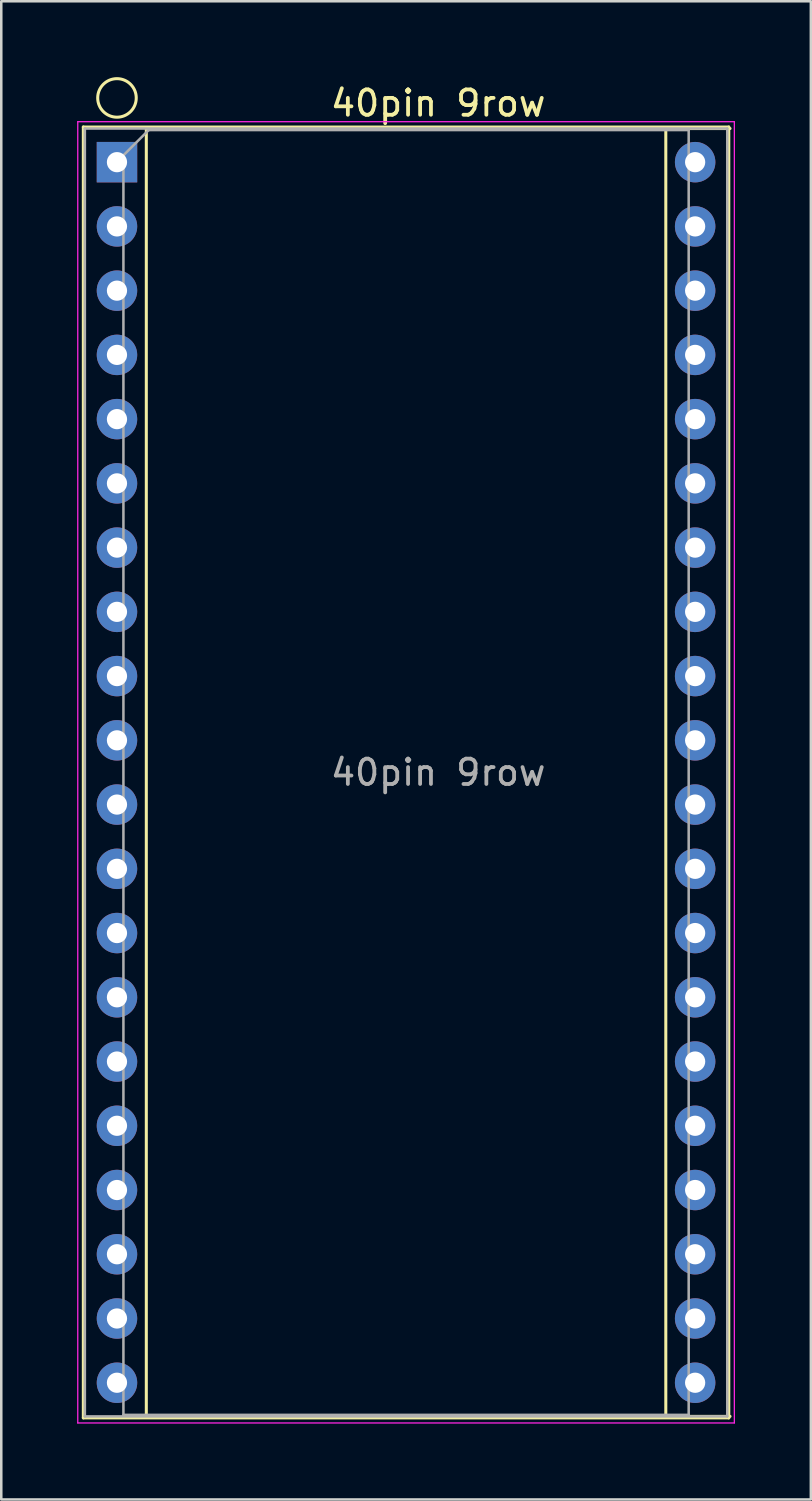
<source format=kicad_pcb>
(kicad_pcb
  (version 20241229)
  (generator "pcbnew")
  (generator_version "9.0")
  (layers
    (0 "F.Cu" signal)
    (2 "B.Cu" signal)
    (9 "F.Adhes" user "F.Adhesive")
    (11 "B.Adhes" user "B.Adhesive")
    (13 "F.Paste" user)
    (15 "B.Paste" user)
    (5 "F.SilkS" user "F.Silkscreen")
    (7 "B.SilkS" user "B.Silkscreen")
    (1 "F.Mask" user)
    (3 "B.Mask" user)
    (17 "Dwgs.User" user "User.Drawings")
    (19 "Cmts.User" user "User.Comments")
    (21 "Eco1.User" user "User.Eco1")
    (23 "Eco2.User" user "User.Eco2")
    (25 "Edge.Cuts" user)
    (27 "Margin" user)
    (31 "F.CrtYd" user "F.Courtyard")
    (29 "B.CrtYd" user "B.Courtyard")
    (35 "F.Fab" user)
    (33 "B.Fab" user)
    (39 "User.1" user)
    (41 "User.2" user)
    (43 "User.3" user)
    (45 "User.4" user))
  (footprint "40pin 9row"
    (layer "F.Cu")
    (at 1.575 3.362)
    (property "Reference" "40pin 9row" (at 12.7 -2.33 0) (layer "F.SilkS") (effects (font (size 1 1) (thickness 0.15))))
    (attr through_hole)
    (fp_line (start -1.33 -1.39) (end -1.33 49.65) (stroke (width 0.12) (type solid)) (layer "F.SilkS"))
    (fp_line (start -1.33 49.65) (end 24.19 49.65) (stroke (width 0.12) (type solid)) (layer "F.SilkS"))
    (fp_line (start 1.16 -1.33) (end 1.16 49.59) (stroke (width 0.12) (type solid)) (layer "F.SilkS"))
    (fp_line (start 1.16 49.59) (end 24.24 49.59) (stroke (width 0.12) (type solid)) (layer "F.SilkS"))
    (fp_line (start 11.7 -1.33) (end 1.16 -1.33) (stroke (width 0.12) (type solid)) (layer "F.SilkS"))
    (fp_line (start 21.7 49.59) (end 21.7 -1.33) (stroke (width 0.12) (type solid)) (layer "F.SilkS"))
    (fp_line (start 24.19 -1.39) (end -1.33 -1.39) (stroke (width 0.12) (type solid)) (layer "F.SilkS"))
    (fp_line (start 24.19 49.65) (end 24.19 -1.39) (stroke (width 0.12) (type solid)) (layer "F.SilkS"))
    (fp_line (start 24.24 -1.33) (end 13.7 -1.33) (stroke (width 0.12) (type solid)) (layer "F.SilkS"))
    (fp_circle (center 0 -2.54) (end 0.762 -2.54) (stroke (width 0.12) (type solid)) (fill no) (layer "F.SilkS"))
    (fp_line (start -1.55 -1.6) (end -1.55 49.85) (stroke (width 0.05) (type solid)) (layer "F.CrtYd"))
    (fp_line (start -1.55 49.85) (end 24.41 49.85) (stroke (width 0.05) (type solid)) (layer "F.CrtYd"))
    (fp_line (start 24.41 -1.6) (end -1.55 -1.6) (stroke (width 0.05) (type solid)) (layer "F.CrtYd"))
    (fp_line (start 24.41 49.85) (end 24.41 -1.6) (stroke (width 0.05) (type solid)) (layer "F.CrtYd"))
    (fp_line (start -1.27 -1.33) (end -1.27 49.59) (stroke (width 0.1) (type solid)) (layer "F.Fab"))
    (fp_line (start -1.27 49.59) (end 24.13 49.59) (stroke (width 0.1) (type solid)) (layer "F.Fab"))
    (fp_line (start 0.255 -0.27) (end 1.255 -1.27) (stroke (width 0.1) (type solid)) (layer "F.Fab"))
    (fp_line (start 0.255 49.53) (end 0.255 -0.27) (stroke (width 0.1) (type solid)) (layer "F.Fab"))
    (fp_line (start 1.255 -1.27) (end 22.605 -1.27) (stroke (width 0.1) (type solid)) (layer "F.Fab"))
    (fp_line (start 22.605 -1.27) (end 22.605 49.53) (stroke (width 0.1) (type solid)) (layer "F.Fab"))
    (fp_line (start 22.605 49.53) (end 0.255 49.53) (stroke (width 0.1) (type solid)) (layer "F.Fab"))
    (fp_line (start 24.13 -1.33) (end -1.27 -1.33) (stroke (width 0.1) (type solid)) (layer "F.Fab"))
    (fp_line (start 24.13 49.59) (end 24.13 -1.33) (stroke (width 0.1) (type solid)) (layer "F.Fab"))
    (fp_text user "${REFERENCE}" (at 12.7 24.13 0) (layer "F.Fab") (effects (font (size 1 1) (thickness 0.15))))
    (pad "1" thru_hole rect (at 0 0) (size 1.6 1.6) (drill 0.8) (layers "*.Cu" "*.Mask"))
    (pad "2" thru_hole oval (at 0 2.54) (size 1.6 1.6) (drill 0.8) (layers "*.Cu" "*.Mask"))
    (pad "3" thru_hole oval (at 0 5.08) (size 1.6 1.6) (drill 0.8) (layers "*.Cu" "*.Mask"))
    (pad "4" thru_hole oval (at 0 7.62) (size 1.6 1.6) (drill 0.8) (layers "*.Cu" "*.Mask"))
    (pad "5" thru_hole oval (at 0 10.16) (size 1.6 1.6) (drill 0.8) (layers "*.Cu" "*.Mask"))
    (pad "6" thru_hole oval (at 0 12.7) (size 1.6 1.6) (drill 0.8) (layers "*.Cu" "*.Mask"))
    (pad "7" thru_hole oval (at 0 15.24) (size 1.6 1.6) (drill 0.8) (layers "*.Cu" "*.Mask"))
    (pad "8" thru_hole oval (at 0 17.78) (size 1.6 1.6) (drill 0.8) (layers "*.Cu" "*.Mask"))
    (pad "9" thru_hole oval (at 0 20.32) (size 1.6 1.6) (drill 0.8) (layers "*.Cu" "*.Mask"))
    (pad "10" thru_hole oval (at 0 22.86) (size 1.6 1.6) (drill 0.8) (layers "*.Cu" "*.Mask"))
    (pad "11" thru_hole oval (at 0 25.4) (size 1.6 1.6) (drill 0.8) (layers "*.Cu" "*.Mask"))
    (pad "12" thru_hole oval (at 0 27.94) (size 1.6 1.6) (drill 0.8) (layers "*.Cu" "*.Mask"))
    (pad "13" thru_hole oval (at 0 30.48) (size 1.6 1.6) (drill 0.8) (layers "*.Cu" "*.Mask"))
    (pad "14" thru_hole oval (at 0 33.02) (size 1.6 1.6) (drill 0.8) (layers "*.Cu" "*.Mask"))
    (pad "15" thru_hole oval (at 0 35.56) (size 1.6 1.6) (drill 0.8) (layers "*.Cu" "*.Mask"))
    (pad "16" thru_hole oval (at 0 38.1) (size 1.6 1.6) (drill 0.8) (layers "*.Cu" "*.Mask"))
    (pad "17" thru_hole oval (at 0 40.64) (size 1.6 1.6) (drill 0.8) (layers "*.Cu" "*.Mask"))
    (pad "18" thru_hole oval (at 0 43.18) (size 1.6 1.6) (drill 0.8) (layers "*.Cu" "*.Mask"))
    (pad "19" thru_hole oval (at 0 45.72) (size 1.6 1.6) (drill 0.8) (layers "*.Cu" "*.Mask"))
    (pad "20" thru_hole oval (at 0 48.26) (size 1.6 1.6) (drill 0.8) (layers "*.Cu" "*.Mask"))
    (pad "21" thru_hole oval (at 22.86 48.26) (size 1.6 1.6) (drill 0.8) (layers "*.Cu" "*.Mask"))
    (pad "22" thru_hole oval (at 22.86 45.72) (size 1.6 1.6) (drill 0.8) (layers "*.Cu" "*.Mask"))
    (pad "23" thru_hole oval (at 22.86 43.18) (size 1.6 1.6) (drill 0.8) (layers "*.Cu" "*.Mask"))
    (pad "24" thru_hole oval (at 22.86 40.64) (size 1.6 1.6) (drill 0.8) (layers "*.Cu" "*.Mask"))
    (pad "25" thru_hole oval (at 22.86 38.1) (size 1.6 1.6) (drill 0.8) (layers "*.Cu" "*.Mask"))
    (pad "26" thru_hole oval (at 22.86 35.56) (size 1.6 1.6) (drill 0.8) (layers "*.Cu" "*.Mask"))
    (pad "27" thru_hole oval (at 22.86 33.02) (size 1.6 1.6) (drill 0.8) (layers "*.Cu" "*.Mask"))
    (pad "28" thru_hole oval (at 22.86 30.48) (size 1.6 1.6) (drill 0.8) (layers "*.Cu" "*.Mask"))
    (pad "29" thru_hole oval (at 22.86 27.94) (size 1.6 1.6) (drill 0.8) (layers "*.Cu" "*.Mask"))
    (pad "30" thru_hole oval (at 22.86 25.4) (size 1.6 1.6) (drill 0.8) (layers "*.Cu" "*.Mask"))
    (pad "31" thru_hole oval (at 22.86 22.86) (size 1.6 1.6) (drill 0.8) (layers "*.Cu" "*.Mask"))
    (pad "32" thru_hole oval (at 22.86 20.32) (size 1.6 1.6) (drill 0.8) (layers "*.Cu" "*.Mask"))
    (pad "33" thru_hole oval (at 22.86 17.78) (size 1.6 1.6) (drill 0.8) (layers "*.Cu" "*.Mask"))
    (pad "34" thru_hole oval (at 22.86 15.24) (size 1.6 1.6) (drill 0.8) (layers "*.Cu" "*.Mask"))
    (pad "35" thru_hole oval (at 22.86 12.7) (size 1.6 1.6) (drill 0.8) (layers "*.Cu" "*.Mask"))
    (pad "36" thru_hole oval (at 22.86 10.16) (size 1.6 1.6) (drill 0.8) (layers "*.Cu" "*.Mask"))
    (pad "37" thru_hole oval (at 22.86 7.62) (size 1.6 1.6) (drill 0.8) (layers "*.Cu" "*.Mask"))
    (pad "38" thru_hole oval (at 22.86 5.08) (size 1.6 1.6) (drill 0.8) (layers "*.Cu" "*.Mask"))
    (pad "39" thru_hole oval (at 22.86 2.54) (size 1.6 1.6) (drill 0.8) (layers "*.Cu" "*.Mask"))
    (pad "40" thru_hole oval (at 22.86 0) (size 1.6 1.6) (drill 0.8) (layers "*.Cu" "*.Mask")))
  (gr_rect
    (start -3 -3)
    (end 29.01 56.237)
    (stroke (width 0.1) (type default))
    (fill no)
    (layer "Edge.Cuts")))
</source>
